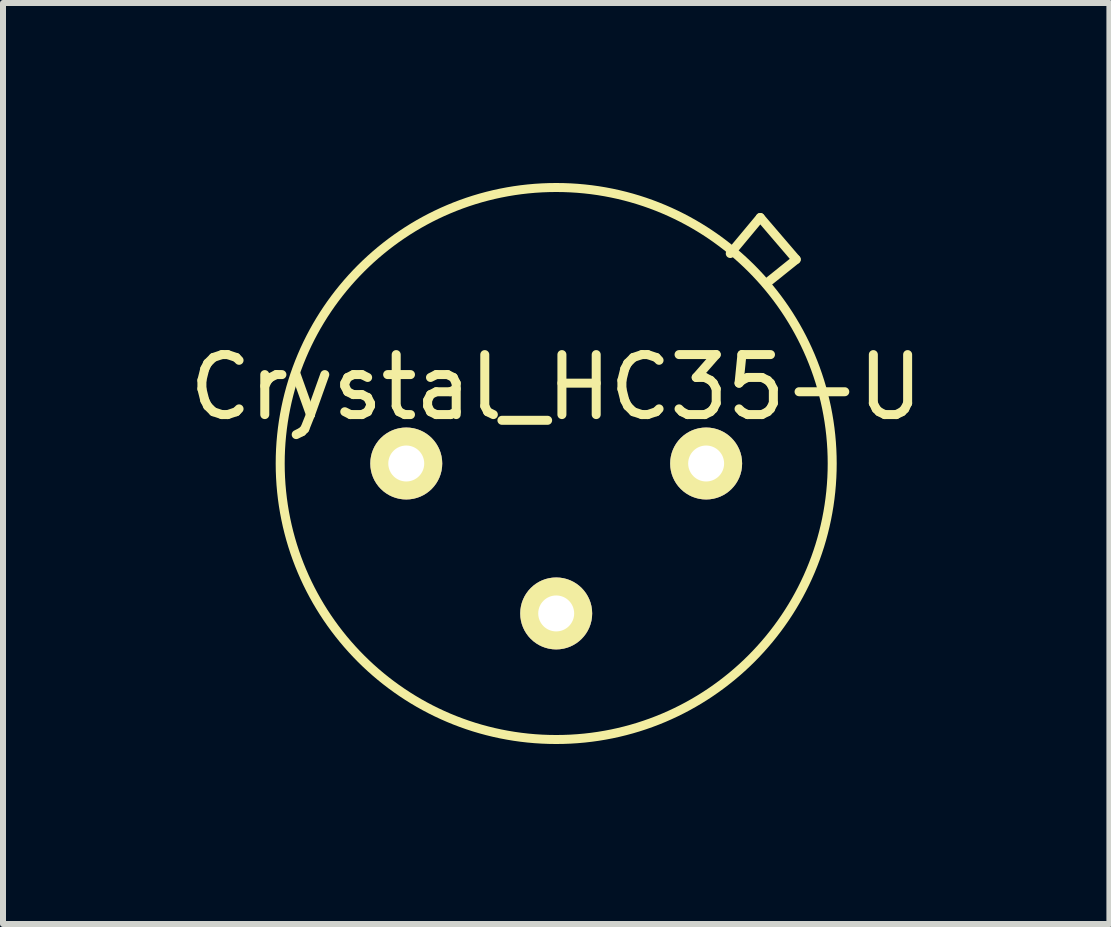
<source format=kicad_pcb>
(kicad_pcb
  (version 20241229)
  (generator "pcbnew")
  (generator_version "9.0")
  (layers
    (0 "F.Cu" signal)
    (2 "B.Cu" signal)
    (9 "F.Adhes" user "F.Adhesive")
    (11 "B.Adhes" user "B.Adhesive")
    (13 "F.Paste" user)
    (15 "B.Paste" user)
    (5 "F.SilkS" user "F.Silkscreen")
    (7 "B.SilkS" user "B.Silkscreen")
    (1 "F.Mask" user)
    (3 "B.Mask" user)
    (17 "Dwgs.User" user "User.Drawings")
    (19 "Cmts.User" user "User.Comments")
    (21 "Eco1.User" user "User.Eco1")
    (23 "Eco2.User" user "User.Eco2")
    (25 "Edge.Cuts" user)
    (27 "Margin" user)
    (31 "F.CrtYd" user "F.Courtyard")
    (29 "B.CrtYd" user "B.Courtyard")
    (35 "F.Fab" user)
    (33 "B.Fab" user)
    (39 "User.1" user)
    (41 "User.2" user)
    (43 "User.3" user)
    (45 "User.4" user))
  (footprint "Crystal_HC35-U"
    (layer "F.Cu")
    (at 6.22 4.675)
    (property "Reference" "Crystal_HC35-U" (at 0 -1.27 0) (layer "F.SilkS") (effects (font (size 1 1) (thickness 0.15))))
    (attr through_hole)
    (fp_line (start 2.901 -3.5) (end 3.401 -4.1) (stroke (width 0.15) (type solid)) (layer "F.SilkS"))
    (fp_line (start 3.401 -4.1) (end 4 -3.401) (stroke (width 0.15) (type solid)) (layer "F.SilkS"))
    (fp_line (start 4 -3.401) (end 3.5 -3) (stroke (width 0.15) (type solid)) (layer "F.SilkS"))
    (fp_circle (center 0 0) (end 4.6 0) (stroke (width 0.15) (type solid)) (fill no) (layer "F.SilkS"))
    (pad "1" thru_hole circle (at -2.499 0) (size 1.199 1.199) (drill 0.599) (layers "*.Cu" "*.Mask" "F.SilkS"))
    (pad "2" thru_hole circle (at 2.499 0) (size 1.199 1.199) (drill 0.599) (layers "*.Cu" "*.Mask" "F.SilkS"))
    (pad "3" thru_hole circle (at 0 2.499) (size 1.199 1.199) (drill 0.599) (layers "*.Cu" "*.Mask" "F.SilkS")))
  (gr_rect
    (start -3 -3)
    (end 15.44 12.35)
    (stroke (width 0.1) (type default))
    (fill no)
    (layer "Edge.Cuts")))
</source>
